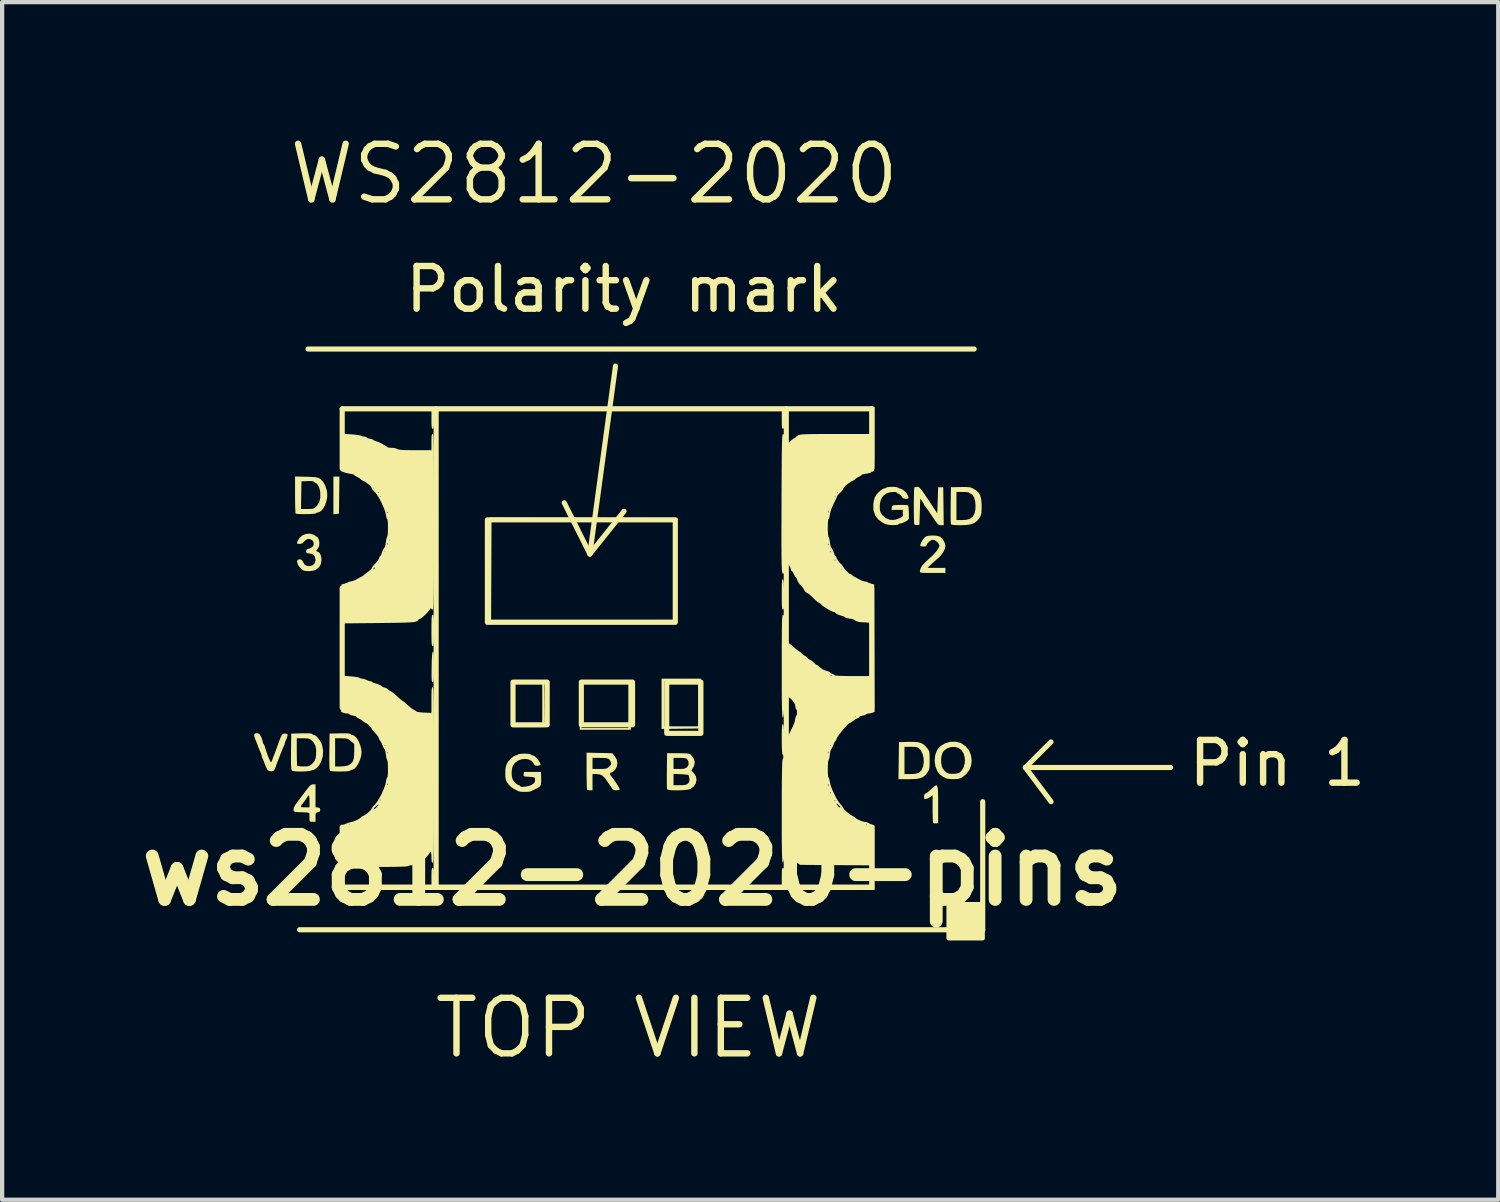
<source format=kicad_pcb>
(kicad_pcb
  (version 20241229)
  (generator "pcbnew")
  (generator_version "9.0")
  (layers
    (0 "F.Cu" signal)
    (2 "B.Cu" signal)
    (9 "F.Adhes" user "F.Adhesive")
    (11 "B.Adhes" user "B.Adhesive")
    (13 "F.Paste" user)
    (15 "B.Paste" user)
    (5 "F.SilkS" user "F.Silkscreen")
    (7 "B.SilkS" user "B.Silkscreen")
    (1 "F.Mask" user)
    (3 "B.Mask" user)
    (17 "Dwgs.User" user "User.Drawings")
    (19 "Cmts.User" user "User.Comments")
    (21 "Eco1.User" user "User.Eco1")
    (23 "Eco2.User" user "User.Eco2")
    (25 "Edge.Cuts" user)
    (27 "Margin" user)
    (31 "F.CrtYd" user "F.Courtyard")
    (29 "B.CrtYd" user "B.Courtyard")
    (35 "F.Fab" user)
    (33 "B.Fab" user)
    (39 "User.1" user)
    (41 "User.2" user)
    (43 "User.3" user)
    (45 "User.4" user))
  (footprint "ws2812-2020-pins"
    (layer "F.Cu")
    (at 11.964 12.124)
    (property "Reference" "ws2812-2020-pins" (at -0.2 5.2 0) (layer "F.SilkS") (effects (font (size 1.524 1.524) (thickness 0.3))))
    (attr through_hole)
    (fp_line (start -8 6.6) (end 8 6.6) (stroke (width 0.12) (type solid)) (layer "F.SilkS"))
    (fp_line (start -7.8 -7) (end 7.8 -7) (stroke (width 0.12) (type solid)) (layer "F.SilkS"))
    (fp_line (start -7 -5.6) (end 5.4 -5.6) (stroke (width 0.12) (type solid)) (layer "F.SilkS"))
    (fp_line (start -7 -4.2) (end -7 -5.6) (stroke (width 0.12) (type solid)) (layer "F.SilkS"))
    (fp_line (start -7 1.4) (end -7 -1.4) (stroke (width 0.12) (type solid)) (layer "F.SilkS"))
    (fp_line (start -7 5.6) (end -7 4.2) (stroke (width 0.12) (type solid)) (layer "F.SilkS"))
    (fp_line (start -4.8 -5.6) (end -4.8 5.6) (stroke (width 0.12) (type solid)) (layer "F.SilkS"))
    (fp_line (start -1.2 -2.2) (end -1.8 -3.4) (stroke (width 0.12) (type solid)) (layer "F.SilkS"))
    (fp_line (start -1.2 -2.2) (end -0.4 -3.2) (stroke (width 0.12) (type solid)) (layer "F.SilkS"))
    (fp_line (start -0.6 -6.6) (end -1.2 -2.2) (stroke (width 0.12) (type solid)) (layer "F.SilkS"))
    (fp_line (start 3.4 5.6) (end 3.4 -5.6) (stroke (width 0.12) (type solid)) (layer "F.SilkS"))
    (fp_line (start 5.4 -5.6) (end 5.4 -4.2) (stroke (width 0.12) (type solid)) (layer "F.SilkS"))
    (fp_line (start 5.4 -1.4) (end 5.4 1.4) (stroke (width 0.12) (type solid)) (layer "F.SilkS"))
    (fp_line (start 5.4 4.2) (end 5.4 5.6) (stroke (width 0.12) (type solid)) (layer "F.SilkS"))
    (fp_line (start 5.4 5.6) (end -7 5.6) (stroke (width 0.12) (type solid)) (layer "F.SilkS"))
    (fp_line (start 8 6.6) (end 8 3.6) (stroke (width 0.12) (type solid)) (layer "F.SilkS"))
    (fp_line (start 9 2.8) (end 9.6 2.2) (stroke (width 0.12) (type solid)) (layer "F.SilkS"))
    (fp_line (start 9 2.8) (end 9.6 3.6) (stroke (width 0.12) (type solid)) (layer "F.SilkS"))
    (fp_line (start 12.4 2.8) (end 9 2.8) (stroke (width 0.12) (type solid)) (layer "F.SilkS"))
    (fp_rect (start -3.6 -3) (end 0.8 -0.6) (stroke (width 0.12) (type solid)) (fill no) (layer "F.SilkS"))
    (fp_rect (start -3 0.8) (end -2.2 1.8) (stroke (width 0.12) (type solid)) (fill no) (layer "F.SilkS"))
    (fp_rect (start -1.4 0.8) (end -0.2 1.8) (stroke (width 0.12) (type solid)) (fill no) (layer "F.SilkS"))
    (fp_rect (start 0.6 0.8) (end 1.4 2) (stroke (width 0.12) (type solid)) (fill no) (layer "F.SilkS"))
    (fp_poly (pts (xy 8 6.8) (xy 7.2 6.8) (xy 7.2 6) (xy 8 6)) (stroke (width 0.1) (type solid)) (fill yes) (layer "F.SilkS"))
    (fp_poly (pts (xy -7.076 -3.144) (xy -7.141 -3.138) (xy -7.206 -3.131) (xy -7.206 -4.012) (xy -7.065 -4.012)) (stroke (width 0) (type solid)) (fill yes) (layer "F.SilkS"))
    (fp_poly (pts (xy -0.24 1.916) (xy -1.437 1.916) (xy -1.437 0.798) (xy -1.397 0.798) (xy -1.397 1.876) (xy -0.299 1.876) (xy -0.299 0.798) (xy -1.397 0.798) (xy -1.437 0.798) (xy -1.437 0.759) (xy -0.24 0.759)) (stroke (width 0) (type solid)) (fill yes) (layer "F.SilkS"))
    (fp_poly (pts (xy -2.266 0.788) (xy -2.26 1.322) (xy -2.255 1.856) (xy -3.014 1.856) (xy -3.014 0.838) (xy -2.954 0.838) (xy -2.954 1.816) (xy -2.315 1.816) (xy -2.315 0.838) (xy -2.954 0.838) (xy -3.014 0.838) (xy -3.014 0.778)) (stroke (width 0) (type solid)) (fill yes) (layer "F.SilkS"))
    (fp_poly (pts (xy 0.848 -3.044) (xy 0.848 -0.609) (xy -1.352 -0.604) (xy -3.553 -0.599) (xy -3.553 -0.659) (xy -3.513 -0.659) (xy 0.798 -0.659) (xy 0.798 -3.014) (xy -1.352 -3.009) (xy -3.503 -3.004) (xy -3.513 -0.659) (xy -3.553 -0.659) (xy -3.553 -3.054)) (stroke (width 0) (type solid)) (fill yes) (layer "F.SilkS"))
    (fp_poly (pts (xy 1.393 1.302) (xy 1.387 1.886) (xy 0.933 1.892) (xy 0.479 1.897) (xy 0.479 0.778) (xy 0.539 0.778) (xy 0.539 1.836) (xy 1.337 1.836) (xy 1.337 0.778) (xy 0.539 0.778) (xy 0.479 0.778) (xy 0.479 0.719) (xy 1.398 0.719)) (stroke (width 0) (type solid)) (fill yes) (layer "F.SilkS"))
    (fp_poly (pts (xy -4.866 0.091) (xy -4.859 0.117) (xy -4.855 0.17) (xy -4.852 0.251) (xy -4.851 0.367) (xy -4.85 0.437) (xy -4.851 0.567) (xy -4.852 0.663) (xy -4.855 0.728) (xy -4.86 0.769) (xy -4.868 0.791) (xy -4.878 0.798) (xy -4.881 0.798) (xy -4.892 0.794) (xy -4.9 0.777) (xy -4.905 0.742) (xy -4.907 0.683) (xy -4.908 0.597) (xy -4.906 0.477) (xy -4.906 0.446) (xy -4.903 0.309) (xy -4.899 0.208) (xy -4.893 0.139) (xy -4.885 0.1) (xy -4.875 0.085)) (stroke (width 0) (type solid)) (fill yes) (layer "F.SilkS"))
    (fp_poly (pts (xy 3.328 -1.597) (xy 3.336 -1.557) (xy 3.342 -1.488) (xy 3.346 -1.387) (xy 3.349 -1.251) (xy 3.35 -1.123) (xy 3.35 -1.03) (xy 3.348 -0.966) (xy 3.344 -0.926) (xy 3.337 -0.905) (xy 3.327 -0.898) (xy 3.324 -0.898) (xy 3.313 -0.903) (xy 3.305 -0.921) (xy 3.299 -0.957) (xy 3.296 -1.016) (xy 3.294 -1.103) (xy 3.294 -1.225) (xy 3.294 -1.259) (xy 3.294 -1.393) (xy 3.296 -1.491) (xy 3.3 -1.557) (xy 3.306 -1.596) (xy 3.314 -1.611) (xy 3.318 -1.612)) (stroke (width 0) (type solid)) (fill yes) (layer "F.SilkS"))
    (fp_poly (pts (xy -4.87 -0.773) (xy -4.862 -0.755) (xy -4.856 -0.718) (xy -4.853 -0.658) (xy -4.851 -0.569) (xy -4.85 -0.447) (xy -4.85 -0.409) (xy -4.851 -0.277) (xy -4.852 -0.18) (xy -4.855 -0.113) (xy -4.86 -0.071) (xy -4.867 -0.048) (xy -4.877 -0.04) (xy -4.88 -0.04) (xy -4.891 -0.045) (xy -4.899 -0.063) (xy -4.904 -0.1) (xy -4.908 -0.16) (xy -4.91 -0.249) (xy -4.91 -0.371) (xy -4.91 -0.409) (xy -4.91 -0.541) (xy -4.908 -0.638) (xy -4.905 -0.705) (xy -4.901 -0.748) (xy -4.893 -0.77) (xy -4.883 -0.778) (xy -4.88 -0.778)) (stroke (width 0) (type solid)) (fill yes) (layer "F.SilkS"))
    (fp_poly (pts (xy 6.929 3.226) (xy 6.943 3.259) (xy 6.951 3.322) (xy 6.955 3.415) (xy 6.956 3.544) (xy 6.956 3.663) (xy 6.956 4.102) (xy 6.906 4.108) (xy 6.862 4.107) (xy 6.841 4.1) (xy 6.836 4.076) (xy 6.832 4.019) (xy 6.829 3.937) (xy 6.827 3.836) (xy 6.827 3.768) (xy 6.827 3.45) (xy 6.769 3.492) (xy 6.718 3.521) (xy 6.67 3.537) (xy 6.637 3.538) (xy 6.628 3.528) (xy 6.628 3.454) (xy 6.643 3.418) (xy 6.656 3.413) (xy 6.683 3.4) (xy 6.729 3.365) (xy 6.783 3.317) (xy 6.788 3.312) (xy 6.839 3.264) (xy 6.878 3.231) (xy 6.908 3.217)) (stroke (width 0) (type solid)) (fill yes) (layer "F.SilkS"))
    (fp_poly (pts (xy 6.49 -3.77) (xy 6.512 -3.759) (xy 6.538 -3.735) (xy 6.571 -3.695) (xy 6.616 -3.632) (xy 6.676 -3.544) (xy 6.731 -3.462) (xy 6.936 -3.151) (xy 6.956 -3.763) (xy 7.076 -3.763) (xy 7.087 -2.874) (xy 7.021 -2.874) (xy 6.993 -2.876) (xy 6.968 -2.886) (xy 6.942 -2.909) (xy 6.908 -2.949) (xy 6.863 -3.014) (xy 6.806 -3.099) (xy 6.75 -3.182) (xy 6.702 -3.252) (xy 6.665 -3.303) (xy 6.644 -3.328) (xy 6.642 -3.33) (xy 6.627 -3.353) (xy 6.627 -3.356) (xy 6.616 -3.383) (xy 6.589 -3.426) (xy 6.582 -3.436) (xy 6.537 -3.497) (xy 6.517 -2.884) (xy 6.464 -2.878) (xy 6.42 -2.881) (xy 6.398 -2.893) (xy 6.394 -2.919) (xy 6.391 -2.977) (xy 6.389 -3.061) (xy 6.387 -3.162) (xy 6.387 -3.274) (xy 6.387 -3.389) (xy 6.388 -3.5) (xy 6.39 -3.599) (xy 6.392 -3.68) (xy 6.395 -3.735) (xy 6.399 -3.755) (xy 6.425 -3.768) (xy 6.467 -3.773)) (stroke (width 0) (type solid)) (fill yes) (layer "F.SilkS"))
    (fp_poly (pts (xy 6.486 2.208) (xy 6.557 2.227) (xy 6.614 2.259) (xy 6.666 2.308) (xy 6.695 2.342) (xy 6.723 2.378) (xy 6.74 2.41) (xy 6.75 2.448) (xy 6.755 2.502) (xy 6.757 2.581) (xy 6.757 2.632) (xy 6.756 2.727) (xy 6.753 2.793) (xy 6.745 2.839) (xy 6.731 2.876) (xy 6.708 2.912) (xy 6.697 2.929) (xy 6.65 2.985) (xy 6.597 3.025) (xy 6.531 3.052) (xy 6.445 3.067) (xy 6.33 3.073) (xy 6.257 3.074) (xy 6.027 3.074) (xy 6.033 2.64) (xy 6.037 2.315) (xy 6.168 2.315) (xy 6.168 2.954) (xy 6.309 2.954) (xy 6.415 2.948) (xy 6.488 2.93) (xy 6.509 2.92) (xy 6.564 2.866) (xy 6.601 2.786) (xy 6.619 2.69) (xy 6.617 2.589) (xy 6.596 2.491) (xy 6.555 2.406) (xy 6.527 2.372) (xy 6.494 2.343) (xy 6.462 2.326) (xy 6.417 2.318) (xy 6.347 2.316) (xy 6.319 2.315) (xy 6.168 2.315) (xy 6.037 2.315) (xy 6.038 2.206) (xy 6.268 2.2) (xy 6.392 2.2)) (stroke (width 0) (type solid)) (fill yes) (layer "F.SilkS"))
    (fp_poly (pts (xy 7.695 -3.762) (xy 7.745 -3.749) (xy 7.836 -3.697) (xy 7.9 -3.64) (xy 7.941 -3.571) (xy 7.965 -3.481) (xy 7.974 -3.364) (xy 7.974 -3.313) (xy 7.973 -3.221) (xy 7.969 -3.158) (xy 7.958 -3.112) (xy 7.94 -3.072) (xy 7.922 -3.044) (xy 7.868 -2.975) (xy 7.804 -2.927) (xy 7.723 -2.896) (xy 7.618 -2.879) (xy 7.483 -2.874) (xy 7.377 -2.876) (xy 7.307 -2.881) (xy 7.267 -2.89) (xy 7.255 -2.9) (xy 7.252 -2.927) (xy 7.25 -2.987) (xy 7.249 -3.075) (xy 7.249 -3.184) (xy 7.25 -3.307) (xy 7.25 -3.344) (xy 7.254 -3.653) (xy 7.385 -3.653) (xy 7.385 -2.994) (xy 7.512 -2.994) (xy 7.603 -3) (xy 7.678 -3.016) (xy 7.702 -3.026) (xy 7.766 -3.074) (xy 7.808 -3.145) (xy 7.829 -3.245) (xy 7.832 -3.323) (xy 7.824 -3.434) (xy 7.8 -3.523) (xy 7.763 -3.583) (xy 7.723 -3.608) (xy 7.692 -3.623) (xy 7.685 -3.635) (xy 7.667 -3.644) (xy 7.618 -3.65) (xy 7.549 -3.653) (xy 7.535 -3.653) (xy 7.385 -3.653) (xy 7.254 -3.653) (xy 7.256 -3.763) (xy 7.475 -3.768) (xy 7.605 -3.769)) (stroke (width 0) (type solid)) (fill yes) (layer "F.SilkS"))
    (fp_poly (pts (xy 6.902 -2.63) (xy 6.977 -2.614) (xy 7.006 -2.602) (xy 7.061 -2.551) (xy 7.104 -2.478) (xy 7.125 -2.401) (xy 7.126 -2.385) (xy 7.111 -2.317) (xy 7.072 -2.238) (xy 7.016 -2.161) (xy 6.97 -2.115) (xy 6.913 -2.066) (xy 6.846 -2.006) (xy 6.802 -1.965) (xy 6.707 -1.876) (xy 7.126 -1.876) (xy 7.126 -1.757) (xy 6.827 -1.757) (xy 6.712 -1.757) (xy 6.631 -1.758) (xy 6.578 -1.761) (xy 6.547 -1.766) (xy 6.533 -1.776) (xy 6.529 -1.789) (xy 6.529 -1.801) (xy 6.544 -1.863) (xy 6.586 -1.933) (xy 6.66 -2.013) (xy 6.74 -2.086) (xy 6.833 -2.171) (xy 6.907 -2.253) (xy 6.959 -2.325) (xy 6.985 -2.383) (xy 6.986 -2.397) (xy 6.97 -2.438) (xy 6.931 -2.484) (xy 6.882 -2.52) (xy 6.837 -2.535) (xy 6.837 -2.535) (xy 6.791 -2.521) (xy 6.742 -2.487) (xy 6.703 -2.445) (xy 6.687 -2.406) (xy 6.673 -2.383) (xy 6.626 -2.375) (xy 6.618 -2.375) (xy 6.569 -2.38) (xy 6.54 -2.391) (xy 6.539 -2.392) (xy 6.54 -2.423) (xy 6.56 -2.472) (xy 6.592 -2.527) (xy 6.629 -2.576) (xy 6.664 -2.608) (xy 6.667 -2.61) (xy 6.731 -2.628) (xy 6.815 -2.634)) (stroke (width 0) (type solid)) (fill yes) (layer "F.SilkS"))
    (fp_poly (pts (xy -6.857 2.002) (xy -6.814 2.009) (xy -6.807 2.015) (xy -6.79 2.033) (xy -6.771 2.036) (xy -6.719 2.054) (xy -6.667 2.104) (xy -6.619 2.178) (xy -6.581 2.267) (xy -6.555 2.363) (xy -6.547 2.445) (xy -6.557 2.532) (xy -6.584 2.623) (xy -6.622 2.709) (xy -6.669 2.782) (xy -6.718 2.833) (xy -6.766 2.854) (xy -6.769 2.854) (xy -6.806 2.864) (xy -6.817 2.874) (xy -6.841 2.883) (xy -6.894 2.889) (xy -6.968 2.892) (xy -7.052 2.894) (xy -7.135 2.893) (xy -7.208 2.889) (xy -7.261 2.884) (xy -7.281 2.878) (xy -7.29 2.863) (xy -7.296 2.828) (xy -7.3 2.768) (xy -7.302 2.681) (xy -7.302 2.561) (xy -7.301 2.434) (xy -7.297 2.116) (xy -7.166 2.116) (xy -7.166 2.775) (xy -7.035 2.775) (xy -6.952 2.77) (xy -6.881 2.757) (xy -6.848 2.746) (xy -6.79 2.706) (xy -6.751 2.655) (xy -6.728 2.584) (xy -6.719 2.485) (xy -6.718 2.427) (xy -6.719 2.249) (xy -6.796 2.183) (xy -6.839 2.148) (xy -6.877 2.128) (xy -6.923 2.119) (xy -6.992 2.116) (xy -7.02 2.116) (xy -7.166 2.116) (xy -7.297 2.116) (xy -7.296 2.006) (xy -7.051 2) (xy -6.936 1.999)) (stroke (width 0) (type solid)) (fill yes) (layer "F.SilkS"))
    (fp_poly (pts (xy 7.473 2.221) (xy 7.504 2.235) (xy 7.605 2.307) (xy 7.679 2.402) (xy 7.725 2.512) (xy 7.742 2.63) (xy 7.73 2.748) (xy 7.686 2.86) (xy 7.61 2.957) (xy 7.602 2.964) (xy 7.547 3.009) (xy 7.494 3.044) (xy 7.473 3.055) (xy 7.413 3.068) (xy 7.333 3.073) (xy 7.247 3.071) (xy 7.172 3.062) (xy 7.126 3.047) (xy 7.049 3.003) (xy 6.997 2.963) (xy 6.957 2.916) (xy 6.937 2.884) (xy 6.891 2.769) (xy 6.874 2.643) (xy 6.878 2.598) (xy 7.026 2.598) (xy 7.027 2.689) (xy 7.041 2.77) (xy 7.061 2.816) (xy 7.113 2.886) (xy 7.163 2.927) (xy 7.223 2.946) (xy 7.306 2.948) (xy 7.33 2.947) (xy 7.4 2.941) (xy 7.446 2.927) (xy 7.484 2.897) (xy 7.504 2.875) (xy 7.556 2.79) (xy 7.582 2.686) (xy 7.581 2.577) (xy 7.554 2.475) (xy 7.505 2.395) (xy 7.433 2.342) (xy 7.346 2.318) (xy 7.252 2.322) (xy 7.164 2.352) (xy 7.091 2.408) (xy 7.064 2.444) (xy 7.039 2.511) (xy 7.026 2.598) (xy 6.878 2.598) (xy 6.886 2.516) (xy 6.928 2.401) (xy 6.949 2.366) (xy 7.025 2.287) (xy 7.126 2.231) (xy 7.241 2.199) (xy 7.36 2.195)) (stroke (width 0) (type solid)) (fill yes) (layer "F.SilkS"))
    (fp_poly (pts (xy -7.84 -4.009) (xy -7.73 -4.005) (xy -7.652 -4.001) (xy -7.597 -3.994) (xy -7.559 -3.983) (xy -7.528 -3.968) (xy -7.51 -3.956) (xy -7.448 -3.891) (xy -7.396 -3.798) (xy -7.361 -3.689) (xy -7.353 -3.645) (xy -7.35 -3.547) (xy -7.367 -3.446) (xy -7.399 -3.351) (xy -7.443 -3.269) (xy -7.494 -3.208) (xy -7.55 -3.177) (xy -7.569 -3.174) (xy -7.605 -3.163) (xy -7.615 -3.154) (xy -7.638 -3.146) (xy -7.692 -3.14) (xy -7.765 -3.136) (xy -7.849 -3.134) (xy -7.934 -3.134) (xy -8.009 -3.136) (xy -8.064 -3.14) (xy -8.091 -3.147) (xy -8.091 -3.147) (xy -8.095 -3.17) (xy -8.098 -3.227) (xy -8.099 -3.254) (xy -7.965 -3.254) (xy -7.816 -3.254) (xy -7.738 -3.255) (xy -7.687 -3.26) (xy -7.652 -3.275) (xy -7.618 -3.302) (xy -7.599 -3.321) (xy -7.541 -3.406) (xy -7.513 -3.516) (xy -7.514 -3.647) (xy -7.518 -3.676) (xy -7.537 -3.749) (xy -7.568 -3.813) (xy -7.604 -3.858) (xy -7.636 -3.872) (xy -7.662 -3.884) (xy -7.665 -3.893) (xy -7.684 -3.904) (xy -7.738 -3.909) (xy -7.81 -3.908) (xy -7.954 -3.902) (xy -7.96 -3.578) (xy -7.965 -3.254) (xy -8.099 -3.254) (xy -8.101 -3.312) (xy -8.103 -3.419) (xy -8.104 -3.541) (xy -8.104 -3.588) (xy -8.104 -4.015)) (stroke (width 0) (type solid)) (fill yes) (layer "F.SilkS"))
    (fp_poly (pts (xy -7.755 2.002) (xy -7.712 2.009) (xy -7.705 2.015) (xy -7.688 2.032) (xy -7.666 2.036) (xy -7.626 2.053) (xy -7.579 2.096) (xy -7.531 2.157) (xy -7.49 2.226) (xy -7.474 2.266) (xy -7.447 2.398) (xy -7.455 2.537) (xy -7.492 2.659) (xy -7.539 2.747) (xy -7.595 2.811) (xy -7.666 2.854) (xy -7.759 2.88) (xy -7.88 2.892) (xy -7.967 2.894) (xy -8.068 2.892) (xy -8.135 2.886) (xy -8.173 2.874) (xy -8.182 2.867) (xy -8.19 2.84) (xy -8.196 2.781) (xy -8.2 2.689) (xy -8.2 2.561) (xy -8.199 2.423) (xy -8.195 2.116) (xy -8.064 2.116) (xy -8.064 2.432) (xy -8.063 2.54) (xy -8.061 2.635) (xy -8.058 2.707) (xy -8.054 2.751) (xy -8.051 2.761) (xy -8.025 2.768) (xy -7.972 2.773) (xy -7.902 2.775) (xy -7.828 2.773) (xy -7.78 2.766) (xy -7.743 2.748) (xy -7.706 2.714) (xy -7.697 2.706) (xy -7.651 2.651) (xy -7.626 2.593) (xy -7.614 2.528) (xy -7.608 2.399) (xy -7.625 2.297) (xy -7.667 2.217) (xy -7.7 2.181) (xy -7.739 2.147) (xy -7.774 2.128) (xy -7.819 2.119) (xy -7.886 2.116) (xy -7.917 2.116) (xy -8.064 2.116) (xy -8.195 2.116) (xy -8.194 2.006) (xy -7.949 2) (xy -7.835 1.999)) (stroke (width 0) (type solid)) (fill yes) (layer "F.SilkS"))
    (fp_poly (pts (xy -7.625 3.73) (xy -7.57 3.736) (xy -7.529 3.749) (xy -7.516 3.781) (xy -7.515 3.793) (xy -7.524 3.831) (xy -7.558 3.847) (xy -7.57 3.849) (xy -7.602 3.855) (xy -7.618 3.872) (xy -7.624 3.909) (xy -7.625 3.964) (xy -7.625 4.072) (xy -7.695 4.072) (xy -7.742 4.069) (xy -7.762 4.051) (xy -7.767 4.008) (xy -7.767 4.007) (xy -7.767 3.946) (xy -7.766 3.898) (xy -7.766 3.877) (xy -7.777 3.864) (xy -7.804 3.856) (xy -7.857 3.852) (xy -7.942 3.848) (xy -7.948 3.848) (xy -8.035 3.845) (xy -8.09 3.841) (xy -8.12 3.833) (xy -8.134 3.819) (xy -8.139 3.797) (xy -8.14 3.789) (xy -8.133 3.738) (xy -8.124 3.722) (xy -7.969 3.722) (xy -7.94 3.731) (xy -7.876 3.733) (xy -7.765 3.733) (xy -7.765 3.593) (xy -7.767 3.521) (xy -7.774 3.472) (xy -7.785 3.453) (xy -7.785 3.453) (xy -7.804 3.466) (xy -7.805 3.47) (xy -7.817 3.496) (xy -7.851 3.546) (xy -7.902 3.614) (xy -7.94 3.663) (xy -7.967 3.701) (xy -7.969 3.722) (xy -8.124 3.722) (xy -8.098 3.674) (xy -8.07 3.635) (xy -8.025 3.575) (xy -7.965 3.496) (xy -7.9 3.41) (xy -7.867 3.365) (xy -7.807 3.287) (xy -7.764 3.236) (xy -7.731 3.208) (xy -7.702 3.196) (xy -7.682 3.194) (xy -7.625 3.194)) (stroke (width 0) (type solid)) (fill yes) (layer "F.SilkS"))
    (fp_poly (pts (xy -0.976 2.459) (xy -0.674 2.465) (xy -0.617 2.534) (xy -0.57 2.618) (xy -0.556 2.708) (xy -0.575 2.796) (xy -0.612 2.855) (xy -0.652 2.893) (xy -0.685 2.913) (xy -0.691 2.914) (xy -0.724 2.927) (xy -0.728 2.96) (xy -0.703 3.001) (xy -0.667 3.045) (xy -0.624 3.105) (xy -0.579 3.171) (xy -0.539 3.233) (xy -0.51 3.283) (xy -0.499 3.311) (xy -0.499 3.311) (xy -0.517 3.326) (xy -0.563 3.333) (xy -0.578 3.333) (xy -0.636 3.328) (xy -0.67 3.306) (xy -0.681 3.289) (xy -0.703 3.251) (xy -0.717 3.234) (xy -0.734 3.212) (xy -0.764 3.169) (xy -0.786 3.134) (xy -0.847 3.047) (xy -0.903 2.993) (xy -0.962 2.964) (xy -1.032 2.954) (xy -1.041 2.954) (xy -1.138 2.954) (xy -1.138 3.333) (xy -1.194 3.333) (xy -1.24 3.329) (xy -1.264 3.32) (xy -1.268 3.297) (xy -1.272 3.24) (xy -1.274 3.155) (xy -1.276 3.049) (xy -1.277 2.926) (xy -1.277 2.88) (xy -1.277 2.834) (xy -1.138 2.834) (xy -0.971 2.834) (xy -0.886 2.833) (xy -0.831 2.828) (xy -0.793 2.816) (xy -0.763 2.796) (xy -0.751 2.785) (xy -0.711 2.741) (xy -0.701 2.703) (xy -0.718 2.656) (xy -0.722 2.648) (xy -0.742 2.615) (xy -0.768 2.594) (xy -0.806 2.582) (xy -0.868 2.577) (xy -0.96 2.575) (xy -0.963 2.575) (xy -1.138 2.575) (xy -1.138 2.834) (xy -1.277 2.834) (xy -1.277 2.452)) (stroke (width 0) (type solid)) (fill yes) (layer "F.SilkS"))
    (fp_poly (pts (xy -7.662 -2.649) (xy -7.576 -2.589) (xy -7.573 -2.586) (xy -7.546 -2.535) (xy -7.534 -2.466) (xy -7.54 -2.394) (xy -7.562 -2.337) (xy -7.57 -2.328) (xy -7.6 -2.288) (xy -7.601 -2.262) (xy -7.582 -2.256) (xy -7.541 -2.237) (xy -7.508 -2.188) (xy -7.489 -2.116) (xy -7.485 -2.066) (xy -7.5 -1.964) (xy -7.545 -1.886) (xy -7.623 -1.827) (xy -7.626 -1.826) (xy -7.684 -1.808) (xy -7.762 -1.799) (xy -7.841 -1.8) (xy -7.902 -1.81) (xy -7.904 -1.811) (xy -7.95 -1.842) (xy -7.998 -1.893) (xy -8.037 -1.951) (xy -8.046 -1.972) (xy -8.058 -2.031) (xy -8.038 -2.066) (xy -7.994 -2.076) (xy -7.953 -2.066) (xy -7.924 -2.029) (xy -7.914 -2.008) (xy -7.881 -1.952) (xy -7.835 -1.924) (xy -7.766 -1.916) (xy -7.695 -1.934) (xy -7.647 -1.981) (xy -7.625 -2.053) (xy -7.625 -2.065) (xy -7.642 -2.14) (xy -7.689 -2.191) (xy -7.762 -2.214) (xy -7.78 -2.215) (xy -7.825 -2.22) (xy -7.842 -2.24) (xy -7.845 -2.266) (xy -7.834 -2.306) (xy -7.814 -2.315) (xy -7.769 -2.327) (xy -7.716 -2.355) (xy -7.68 -2.385) (xy -7.665 -2.435) (xy -7.678 -2.491) (xy -7.701 -2.522) (xy -7.761 -2.553) (xy -7.823 -2.547) (xy -7.879 -2.505) (xy -7.888 -2.495) (xy -7.932 -2.451) (xy -7.984 -2.436) (xy -7.999 -2.435) (xy -8.044 -2.438) (xy -8.058 -2.452) (xy -8.053 -2.48) (xy -8.006 -2.571) (xy -7.935 -2.635) (xy -7.849 -2.67) (xy -7.756 -2.676)) (stroke (width 0) (type solid)) (fill yes) (layer "F.SilkS"))
    (fp_poly (pts (xy 0.983 2.466) (xy 1.063 2.47) (xy 1.116 2.476) (xy 1.148 2.486) (xy 1.16 2.495) (xy 1.227 2.581) (xy 1.255 2.665) (xy 1.245 2.749) (xy 1.217 2.805) (xy 1.177 2.87) (xy 1.237 2.934) (xy 1.285 3.011) (xy 1.298 3.095) (xy 1.278 3.178) (xy 1.226 3.251) (xy 1.154 3.302) (xy 1.109 3.316) (xy 1.038 3.326) (xy 0.953 3.332) (xy 0.861 3.335) (xy 0.771 3.335) (xy 0.693 3.33) (xy 0.636 3.322) (xy 0.609 3.309) (xy 0.608 3.308) (xy 0.605 3.281) (xy 0.603 3.221) (xy 0.603 3.214) (xy 0.759 3.214) (xy 0.908 3.214) (xy 0.99 3.212) (xy 1.043 3.205) (xy 1.078 3.19) (xy 1.1 3.172) (xy 1.129 3.129) (xy 1.133 3.076) (xy 1.131 3.059) (xy 1.12 3.009) (xy 1.108 2.978) (xy 1.107 2.977) (xy 1.083 2.97) (xy 1.028 2.964) (xy 0.955 2.958) (xy 0.927 2.957) (xy 0.759 2.95) (xy 0.759 3.214) (xy 0.603 3.214) (xy 0.602 3.133) (xy 0.602 3.025) (xy 0.603 2.902) (xy 0.603 2.874) (xy 0.607 2.575) (xy 0.759 2.575) (xy 0.759 2.834) (xy 0.894 2.834) (xy 0.975 2.832) (xy 1.027 2.822) (xy 1.063 2.803) (xy 1.074 2.794) (xy 1.112 2.735) (xy 1.111 2.669) (xy 1.087 2.619) (xy 1.066 2.596) (xy 1.037 2.583) (xy 0.989 2.577) (xy 0.913 2.575) (xy 0.907 2.575) (xy 0.759 2.575) (xy 0.607 2.575) (xy 0.609 2.465) (xy 0.87 2.465)) (stroke (width 0) (type solid)) (fill yes) (layer "F.SilkS"))
    (fp_poly (pts (xy -8.961 2.003) (xy -8.93 2.029) (xy -8.903 2.075) (xy -8.878 2.133) (xy -8.864 2.182) (xy -8.863 2.194) (xy -8.855 2.231) (xy -8.845 2.244) (xy -8.827 2.27) (xy -8.816 2.3) (xy -8.799 2.361) (xy -8.774 2.435) (xy -8.746 2.512) (xy -8.718 2.583) (xy -8.693 2.639) (xy -8.675 2.672) (xy -8.671 2.676) (xy -8.653 2.658) (xy -8.637 2.62) (xy -8.618 2.564) (xy -8.602 2.525) (xy -8.586 2.484) (xy -8.562 2.422) (xy -8.545 2.375) (xy -8.5 2.249) (xy -8.466 2.155) (xy -8.44 2.09) (xy -8.419 2.047) (xy -8.402 2.022) (xy -8.384 2.01) (xy -8.363 2.006) (xy -8.342 2.006) (xy -8.296 2.01) (xy -8.279 2.025) (xy -8.28 2.051) (xy -8.294 2.103) (xy -8.315 2.151) (xy -8.335 2.198) (xy -8.343 2.231) (xy -8.353 2.269) (xy -8.363 2.291) (xy -8.379 2.325) (xy -8.405 2.385) (xy -8.434 2.459) (xy -8.441 2.475) (xy -8.477 2.569) (xy -8.503 2.635) (xy -8.521 2.682) (xy -8.535 2.72) (xy -8.549 2.759) (xy -8.561 2.795) (xy -8.585 2.851) (xy -8.61 2.879) (xy -8.648 2.89) (xy -8.654 2.89) (xy -8.718 2.881) (xy -8.746 2.86) (xy -8.769 2.822) (xy -8.797 2.761) (xy -8.814 2.715) (xy -8.837 2.652) (xy -8.857 2.604) (xy -8.867 2.586) (xy -8.881 2.55) (xy -8.883 2.536) (xy -8.892 2.496) (xy -8.908 2.455) (xy -8.93 2.407) (xy -8.957 2.34) (xy -8.97 2.305) (xy -8.997 2.234) (xy -9.024 2.167) (xy -9.034 2.143) (xy -9.06 2.069) (xy -9.059 2.022) (xy -9.03 1.999) (xy -9.003 1.996)) (stroke (width 0) (type solid)) (fill yes) (layer "F.SilkS"))
    (fp_poly (pts (xy 5.946 -3.77) (xy 5.997 -3.762) (xy 6.018 -3.753) (xy 6.047 -3.735) (xy 6.061 -3.733) (xy 6.11 -3.717) (xy 6.165 -3.677) (xy 6.215 -3.624) (xy 6.237 -3.589) (xy 6.261 -3.534) (xy 6.262 -3.506) (xy 6.235 -3.495) (xy 6.197 -3.493) (xy 6.144 -3.5) (xy 6.113 -3.526) (xy 6.104 -3.544) (xy 6.071 -3.586) (xy 6.035 -3.606) (xy 5.999 -3.621) (xy 5.988 -3.635) (xy 5.971 -3.648) (xy 5.927 -3.653) (xy 5.869 -3.65) (xy 5.808 -3.64) (xy 5.759 -3.625) (xy 5.755 -3.623) (xy 5.672 -3.564) (xy 5.618 -3.483) (xy 5.592 -3.377) (xy 5.589 -3.311) (xy 5.592 -3.232) (xy 5.606 -3.178) (xy 5.633 -3.13) (xy 5.639 -3.122) (xy 5.721 -3.045) (xy 5.82 -3.003) (xy 5.896 -2.996) (xy 5.95 -3.004) (xy 6.012 -3.022) (xy 6.071 -3.047) (xy 6.114 -3.073) (xy 6.133 -3.095) (xy 6.133 -3.099) (xy 6.129 -3.128) (xy 6.128 -3.174) (xy 6.128 -3.234) (xy 5.866 -3.234) (xy 5.872 -3.289) (xy 5.876 -3.315) (xy 5.887 -3.331) (xy 5.913 -3.341) (xy 5.961 -3.345) (xy 6.04 -3.349) (xy 6.056 -3.349) (xy 6.138 -3.35) (xy 6.204 -3.347) (xy 6.244 -3.341) (xy 6.252 -3.337) (xy 6.259 -3.311) (xy 6.266 -3.256) (xy 6.27 -3.184) (xy 6.272 -3.107) (xy 6.27 -3.034) (xy 6.269 -3.021) (xy 6.251 -2.998) (xy 6.208 -2.969) (xy 6.154 -2.94) (xy 6.101 -2.92) (xy 6.067 -2.914) (xy 6.035 -2.906) (xy 6.028 -2.894) (xy 6.01 -2.884) (xy 5.96 -2.878) (xy 5.893 -2.876) (xy 5.8 -2.882) (xy 5.726 -2.9) (xy 5.661 -2.93) (xy 5.554 -3.007) (xy 5.481 -3.106) (xy 5.442 -3.224) (xy 5.437 -3.361) (xy 5.45 -3.444) (xy 5.471 -3.523) (xy 5.506 -3.584) (xy 5.56 -3.645) (xy 5.613 -3.692) (xy 5.66 -3.723) (xy 5.687 -3.733) (xy 5.726 -3.742) (xy 5.739 -3.753) (xy 5.764 -3.763) (xy 5.817 -3.77) (xy 5.878 -3.773)) (stroke (width 0) (type solid)) (fill yes) (layer "F.SilkS"))
    (fp_poly (pts (xy -2.664 2.478) (xy -2.61 2.485) (xy -2.585 2.495) (xy -2.585 2.495) (xy -2.556 2.512) (xy -2.538 2.515) (xy -2.501 2.531) (xy -2.455 2.571) (xy -2.409 2.624) (xy -2.373 2.68) (xy -2.356 2.726) (xy -2.355 2.732) (xy -2.373 2.746) (xy -2.416 2.757) (xy -2.422 2.758) (xy -2.471 2.758) (xy -2.499 2.738) (xy -2.513 2.711) (xy -2.56 2.649) (xy -2.63 2.612) (xy -2.712 2.598) (xy -2.8 2.608) (xy -2.884 2.639) (xy -2.956 2.692) (xy -3.002 2.757) (xy -3.024 2.828) (xy -3.033 2.917) (xy -3.028 3.006) (xy -3.009 3.076) (xy -3.007 3.082) (xy -2.969 3.137) (xy -2.922 3.183) (xy -2.877 3.211) (xy -2.861 3.214) (xy -2.837 3.226) (xy -2.834 3.234) (xy -2.817 3.249) (xy -2.773 3.254) (xy -2.712 3.249) (xy -2.647 3.237) (xy -2.588 3.217) (xy -2.581 3.214) (xy -2.521 3.18) (xy -2.491 3.145) (xy -2.483 3.098) (xy -2.484 3.074) (xy -2.489 3.047) (xy -2.504 3.032) (xy -2.539 3.024) (xy -2.602 3.019) (xy -2.623 3.018) (xy -2.694 3.014) (xy -2.733 3.008) (xy -2.75 2.996) (xy -2.752 2.973) (xy -2.751 2.958) (xy -2.745 2.904) (xy -2.345 2.904) (xy -2.341 3.034) (xy -2.34 3.127) (xy -2.345 3.19) (xy -2.362 3.232) (xy -2.393 3.262) (xy -2.443 3.289) (xy -2.45 3.292) (xy -2.511 3.322) (xy -2.562 3.347) (xy -2.58 3.356) (xy -2.622 3.366) (xy -2.688 3.371) (xy -2.762 3.371) (xy -2.829 3.366) (xy -2.872 3.356) (xy -2.874 3.355) (xy -2.91 3.336) (xy -2.964 3.308) (xy -2.984 3.298) (xy -3.045 3.256) (xy -3.103 3.197) (xy -3.122 3.172) (xy -3.153 3.123) (xy -3.171 3.077) (xy -3.179 3.02) (xy -3.181 2.938) (xy -3.181 2.936) (xy -3.178 2.84) (xy -3.166 2.769) (xy -3.142 2.708) (xy -3.139 2.703) (xy -3.098 2.642) (xy -3.043 2.584) (xy -2.986 2.539) (xy -2.937 2.516) (xy -2.927 2.515) (xy -2.892 2.503) (xy -2.884 2.495) (xy -2.86 2.485) (xy -2.806 2.478) (xy -2.736 2.475) (xy -2.735 2.475)) (stroke (width 0) (type solid)) (fill yes) (layer "F.SilkS"))
    (fp_poly (pts (xy 5.469 -4.89) (xy 5.469 -4.697) (xy 5.469 -4.539) (xy 5.468 -4.414) (xy 5.467 -4.317) (xy 5.465 -4.246) (xy 5.461 -4.195) (xy 5.457 -4.163) (xy 5.451 -4.144) (xy 5.444 -4.135) (xy 5.435 -4.132) (xy 5.429 -4.132) (xy 5.397 -4.124) (xy 5.389 -4.114) (xy 5.371 -4.102) (xy 5.325 -4.09) (xy 5.28 -4.083) (xy 5.22 -4.073) (xy 5.18 -4.062) (xy 5.17 -4.056) (xy 5.153 -4.04) (xy 5.112 -4.015) (xy 5.09 -4.004) (xy 5.042 -3.978) (xy 5.013 -3.957) (xy 5.01 -3.951) (xy 4.994 -3.933) (xy 4.975 -3.924) (xy 4.915 -3.895) (xy 4.85 -3.851) (xy 4.792 -3.803) (xy 4.749 -3.756) (xy 4.731 -3.721) (xy 4.731 -3.72) (xy 4.717 -3.694) (xy 4.682 -3.655) (xy 4.661 -3.636) (xy 4.619 -3.595) (xy 4.594 -3.563) (xy 4.591 -3.554) (xy 4.582 -3.528) (xy 4.559 -3.476) (xy 4.525 -3.409) (xy 4.513 -3.384) (xy 4.461 -3.27) (xy 4.428 -3.165) (xy 4.42 -3.124) (xy 4.41 -3.064) (xy 4.398 -3.024) (xy 4.389 -3.014) (xy 4.381 -2.996) (xy 4.376 -2.948) (xy 4.373 -2.88) (xy 4.372 -2.804) (xy 4.373 -2.728) (xy 4.377 -2.663) (xy 4.384 -2.619) (xy 4.389 -2.606) (xy 4.401 -2.582) (xy 4.413 -2.53) (xy 4.421 -2.475) (xy 4.431 -2.412) (xy 4.441 -2.369) (xy 4.448 -2.355) (xy 4.463 -2.339) (xy 4.485 -2.299) (xy 4.508 -2.248) (xy 4.525 -2.202) (xy 4.531 -2.176) (xy 4.545 -2.156) (xy 4.549 -2.156) (xy 4.566 -2.139) (xy 4.58 -2.102) (xy 4.603 -2.055) (xy 4.644 -2.002) (xy 4.662 -1.984) (xy 4.703 -1.943) (xy 4.727 -1.913) (xy 4.731 -1.905) (xy 4.742 -1.884) (xy 4.771 -1.847) (xy 4.809 -1.805) (xy 4.846 -1.766) (xy 4.874 -1.741) (xy 4.884 -1.737) (xy 4.901 -1.733) (xy 4.926 -1.715) (xy 4.967 -1.684) (xy 4.991 -1.67) (xy 5.025 -1.653) (xy 5.078 -1.623) (xy 5.108 -1.607) (xy 5.168 -1.577) (xy 5.221 -1.56) (xy 5.239 -1.557) (xy 5.281 -1.551) (xy 5.298 -1.542) (xy 5.326 -1.527) (xy 5.375 -1.51) (xy 5.386 -1.506) (xy 5.459 -1.486) (xy 5.464 0.006) (xy 5.469 1.498) (xy 5.418 1.517) (xy 5.36 1.533) (xy 5.318 1.537) (xy 5.281 1.543) (xy 5.27 1.554) (xy 5.252 1.568) (xy 5.208 1.581) (xy 5.19 1.585) (xy 5.14 1.596) (xy 5.112 1.61) (xy 5.11 1.615) (xy 5.094 1.635) (xy 5.075 1.644) (xy 5.011 1.675) (xy 4.946 1.722) (xy 4.935 1.732) (xy 4.899 1.754) (xy 4.884 1.758) (xy 4.859 1.774) (xy 4.817 1.815) (xy 4.765 1.872) (xy 4.709 1.938) (xy 4.656 2.005) (xy 4.613 2.065) (xy 4.585 2.11) (xy 4.58 2.123) (xy 4.566 2.162) (xy 4.553 2.176) (xy 4.539 2.193) (xy 4.517 2.236) (xy 4.501 2.276) (xy 4.477 2.331) (xy 4.457 2.367) (xy 4.449 2.375) (xy 4.44 2.393) (xy 4.429 2.44) (xy 4.421 2.495) (xy 4.411 2.561) (xy 4.399 2.608) (xy 4.389 2.626) (xy 4.382 2.649) (xy 4.376 2.7) (xy 4.373 2.77) (xy 4.372 2.847) (xy 4.373 2.922) (xy 4.377 2.985) (xy 4.383 3.025) (xy 4.389 3.034) (xy 4.401 3.052) (xy 4.413 3.098) (xy 4.42 3.139) (xy 4.438 3.214) (xy 4.472 3.309) (xy 4.518 3.412) (xy 4.569 3.513) (xy 4.621 3.598) (xy 4.667 3.659) (xy 4.672 3.664) (xy 4.709 3.704) (xy 4.729 3.734) (xy 4.731 3.739) (xy 4.746 3.769) (xy 4.786 3.812) (xy 4.84 3.859) (xy 4.899 3.903) (xy 4.953 3.936) (xy 4.975 3.945) (xy 5.005 3.962) (xy 5.01 3.971) (xy 5.027 3.989) (xy 5.069 4.014) (xy 5.124 4.04) (xy 5.179 4.061) (xy 5.222 4.072) (xy 5.227 4.072) (xy 5.28 4.081) (xy 5.305 4.091) (xy 5.347 4.111) (xy 5.402 4.135) (xy 5.404 4.135) (xy 5.469 4.162) (xy 5.469 5.669) (xy -7.026 5.669) (xy -7.026 4.913) (xy -7.026 4.718) (xy -7.026 4.56) (xy -7.025 4.435) (xy -7.023 4.338) (xy -7.021 4.265) (xy -7.017 4.214) (xy -7.013 4.18) (xy -7.007 4.16) (xy -6.999 4.149) (xy -6.991 4.145) (xy -6.983 4.142) (xy -6.847 4.142) (xy -6.837 4.152) (xy -6.827 4.142) (xy -6.837 4.132) (xy -6.847 4.142) (xy -6.983 4.142) (xy -6.951 4.131) (xy -6.893 4.109) (xy -6.876 4.103) (xy -6.82 4.084) (xy -6.777 4.073) (xy -6.769 4.072) (xy -6.735 4.064) (xy -6.685 4.043) (xy -6.632 4.017) (xy -6.589 3.991) (xy -6.568 3.973) (xy -6.567 3.971) (xy -6.551 3.954) (xy -6.532 3.945) (xy -6.482 3.921) (xy -6.425 3.882) (xy -6.37 3.836) (xy -6.327 3.794) (xy -6.319 3.78) (xy -6.268 3.78) (xy -6.255 3.78) (xy -6.224 3.757) (xy -6.208 3.743) (xy -6.17 3.703) (xy -6.149 3.674) (xy -6.148 3.669) (xy -6.161 3.67) (xy -6.193 3.693) (xy -6.208 3.706) (xy -6.246 3.744) (xy -6.266 3.774) (xy -6.268 3.78) (xy -6.319 3.78) (xy -6.308 3.761) (xy -6.308 3.758) (xy -6.294 3.735) (xy -6.261 3.696) (xy -6.239 3.674) (xy -6.188 3.612) (xy -6.158 3.563) (xy -6.108 3.563) (xy -6.098 3.573) (xy -6.088 3.563) (xy -6.098 3.553) (xy -6.108 3.563) (xy -6.158 3.563) (xy -6.133 3.523) (xy -6.078 3.419) (xy -6.03 3.311) (xy -5.994 3.212) (xy -5.989 3.194) (xy -5.948 3.194) (xy -5.941 3.21) (xy -5.935 3.207) (xy -5.933 3.183) (xy -5.935 3.18) (xy -5.947 3.183) (xy -5.948 3.194) (xy -5.989 3.194) (xy -5.977 3.139) (xy -5.966 3.08) (xy -5.954 3.042) (xy -5.946 3.034) (xy -5.938 3.016) (xy -5.932 2.968) (xy -5.929 2.9) (xy -5.929 2.824) (xy -5.93 2.748) (xy -5.934 2.683) (xy -5.941 2.639) (xy -5.946 2.626) (xy -5.958 2.602) (xy -5.97 2.55) (xy -5.978 2.495) (xy -5.984 2.455) (xy -5.948 2.455) (xy -5.941 2.472) (xy -5.935 2.468) (xy -5.933 2.445) (xy -5.935 2.442) (xy -5.947 2.445) (xy -5.948 2.455) (xy -5.984 2.455) (xy -5.988 2.432) (xy -5.998 2.389) (xy -6.006 2.375) (xy -6.02 2.358) (xy -6.042 2.315) (xy -6.054 2.286) (xy -6.008 2.286) (xy -5.998 2.295) (xy -5.988 2.286) (xy -5.998 2.276) (xy -6.008 2.286) (xy -6.054 2.286) (xy -6.058 2.276) (xy -6.082 2.22) (xy -6.102 2.184) (xy -6.11 2.176) (xy -6.124 2.159) (xy -6.137 2.122) (xy -6.159 2.078) (xy -6.199 2.022) (xy -6.229 1.99) (xy -6.272 1.944) (xy -6.301 1.909) (xy -6.308 1.895) (xy -6.321 1.871) (xy -6.354 1.834) (xy -6.394 1.794) (xy -6.43 1.765) (xy -6.447 1.757) (xy -6.475 1.744) (xy -6.492 1.732) (xy -6.555 1.683) (xy -6.621 1.648) (xy -6.632 1.644) (xy -6.661 1.626) (xy -6.667 1.615) (xy -6.685 1.601) (xy -6.729 1.588) (xy -6.747 1.585) (xy -6.797 1.573) (xy -6.824 1.559) (xy -6.827 1.554) (xy -6.844 1.541) (xy -6.875 1.537) (xy -6.933 1.53) (xy -6.975 1.517) (xy -7.026 1.498) (xy -7.021 0.006) (xy -7.016 -1.486) (xy -6.943 -1.506) (xy -6.891 -1.524) (xy -6.858 -1.539) (xy -6.855 -1.542) (xy -6.825 -1.554) (xy -6.796 -1.557) (xy -6.754 -1.567) (xy -6.695 -1.591) (xy -6.665 -1.607) (xy -6.608 -1.638) (xy -6.562 -1.663) (xy -6.547 -1.67) (xy -6.515 -1.689) (xy -6.507 -1.695) (xy -6.487 -1.713) (xy -6.444 -1.746) (xy -6.403 -1.777) (xy -6.352 -1.818) (xy -6.318 -1.853) (xy -6.317 -1.855) (xy -6.268 -1.855) (xy -6.261 -1.837) (xy -6.247 -1.853) (xy -6.24 -1.867) (xy -6.239 -1.888) (xy -6.248 -1.886) (xy -6.267 -1.861) (xy -6.268 -1.855) (xy -6.317 -1.855) (xy -6.308 -1.871) (xy -6.295 -1.897) (xy -6.26 -1.94) (xy -6.229 -1.973) (xy -6.182 -2.026) (xy -6.147 -2.079) (xy -6.137 -2.103) (xy -6.121 -2.142) (xy -6.106 -2.156) (xy -6.088 -2.171) (xy -6.088 -2.176) (xy -6.08 -2.208) (xy -6.062 -2.255) (xy -6.057 -2.266) (xy -6.008 -2.266) (xy -5.998 -2.256) (xy -5.988 -2.266) (xy -5.998 -2.276) (xy -6.008 -2.266) (xy -6.057 -2.266) (xy -6.039 -2.305) (xy -6.018 -2.343) (xy -6.005 -2.355) (xy -5.996 -2.373) (xy -5.986 -2.42) (xy -5.984 -2.435) (xy -5.948 -2.435) (xy -5.941 -2.419) (xy -5.935 -2.422) (xy -5.933 -2.446) (xy -5.935 -2.449) (xy -5.947 -2.446) (xy -5.948 -2.435) (xy -5.984 -2.435) (xy -5.978 -2.475) (xy -5.97 -2.525) (xy -5.908 -2.525) (xy -5.898 -2.515) (xy -5.888 -2.525) (xy -5.898 -2.535) (xy -5.908 -2.525) (xy -5.97 -2.525) (xy -5.968 -2.541) (xy -5.956 -2.588) (xy -5.946 -2.606) (xy -5.938 -2.629) (xy -5.933 -2.68) (xy -5.93 -2.75) (xy -5.929 -2.827) (xy -5.93 -2.902) (xy -5.934 -2.965) (xy -5.94 -3.005) (xy -5.946 -3.014) (xy -5.958 -3.032) (xy -5.97 -3.078) (xy -5.977 -3.119) (xy -5.99 -3.174) (xy -5.948 -3.174) (xy -5.941 -3.157) (xy -5.935 -3.16) (xy -5.933 -3.184) (xy -5.935 -3.187) (xy -5.947 -3.184) (xy -5.948 -3.174) (xy -5.99 -3.174) (xy -5.996 -3.2) (xy -6.033 -3.3) (xy -6.082 -3.407) (xy -6.137 -3.511) (xy -6.158 -3.543) (xy -6.108 -3.543) (xy -6.098 -3.533) (xy -6.088 -3.543) (xy -6.098 -3.553) (xy -6.108 -3.543) (xy -6.158 -3.543) (xy -6.193 -3.598) (xy -6.23 -3.643) (xy -6.168 -3.643) (xy -6.158 -3.633) (xy -6.148 -3.643) (xy -6.158 -3.653) (xy -6.168 -3.643) (xy -6.23 -3.643) (xy -6.239 -3.654) (xy -6.279 -3.697) (xy -6.304 -3.729) (xy -6.308 -3.737) (xy -6.31 -3.743) (xy -6.268 -3.743) (xy -6.258 -3.733) (xy -6.248 -3.743) (xy -6.258 -3.753) (xy -6.268 -3.743) (xy -6.31 -3.743) (xy -6.324 -3.772) (xy -6.365 -3.817) (xy -6.423 -3.863) (xy -6.487 -3.903) (xy -6.532 -3.924) (xy -6.562 -3.942) (xy -6.567 -3.951) (xy -6.583 -3.968) (xy -6.625 -3.993) (xy -6.647 -4.004) (xy -6.695 -4.03) (xy -6.723 -4.05) (xy -6.727 -4.055) (xy -6.744 -4.065) (xy -6.79 -4.076) (xy -6.822 -4.081) (xy -6.892 -4.094) (xy -6.955 -4.112) (xy -6.971 -4.118) (xy -7.026 -4.142) (xy -7.026 -5.609) (xy -6.966 -5.609) (xy -6.966 -5.015) (xy -6.767 -5.001) (xy -6.682 -4.993) (xy -6.612 -4.984) (xy -6.567 -4.974) (xy -6.556 -4.969) (xy -6.53 -4.955) (xy -6.486 -4.95) (xy -6.445 -4.944) (xy -6.427 -4.931) (xy -6.41 -4.915) (xy -6.366 -4.901) (xy -6.348 -4.898) (xy -6.298 -4.887) (xy -6.27 -4.873) (xy -6.268 -4.869) (xy -6.25 -4.855) (xy -6.208 -4.841) (xy -6.204 -4.84) (xy -6.141 -4.819) (xy -6.08 -4.788) (xy -6.03 -4.759) (xy -5.99 -4.738) (xy -5.988 -4.737) (xy -5.954 -4.714) (xy -5.945 -4.704) (xy -5.919 -4.692) (xy -5.868 -4.687) (xy -5.847 -4.687) (xy -5.78 -4.682) (xy -5.724 -4.666) (xy -5.716 -4.661) (xy -5.692 -4.65) (xy -5.653 -4.642) (xy -5.595 -4.636) (xy -5.511 -4.633) (xy -5.397 -4.631) (xy -5.29 -4.631) (xy -4.91 -4.631) (xy -4.91 -4.821) (xy -4.909 -4.911) (xy -4.905 -4.968) (xy -4.898 -4.999) (xy -4.885 -5.01) (xy -4.88 -5.01) (xy -4.876 -5.007) (xy -4.871 -4.995) (xy -4.867 -4.973) (xy -4.864 -4.938) (xy -4.861 -4.888) (xy -4.859 -4.821) (xy -4.857 -4.734) (xy -4.855 -4.626) (xy -4.854 -4.495) (xy -4.853 -4.337) (xy -4.852 -4.151) (xy -4.851 -3.935) (xy -4.851 -3.687) (xy -4.851 -3.404) (xy -4.85 -3.084) (xy -4.85 -2.954) (xy -4.851 -2.618) (xy -4.851 -2.319) (xy -4.851 -2.056) (xy -4.852 -1.827) (xy -4.852 -1.629) (xy -4.854 -1.46) (xy -4.855 -1.318) (xy -4.857 -1.201) (xy -4.859 -1.107) (xy -4.861 -1.033) (xy -4.864 -0.978) (xy -4.867 -0.939) (xy -4.871 -0.914) (xy -4.875 -0.901) (xy -4.879 -0.898) (xy -4.91 -0.913) (xy -4.916 -0.923) (xy -4.929 -0.931) (xy -4.941 -0.911) (xy -4.964 -0.876) (xy -5.006 -0.827) (xy -5.058 -0.775) (xy -5.111 -0.727) (xy -5.156 -0.692) (xy -5.183 -0.679) (xy -5.208 -0.67) (xy -5.21 -0.664) (xy -5.226 -0.645) (xy -5.264 -0.621) (xy -5.265 -0.62) (xy -5.286 -0.613) (xy -5.32 -0.606) (xy -5.372 -0.601) (xy -5.444 -0.597) (xy -5.541 -0.593) (xy -5.664 -0.59) (xy -5.819 -0.587) (xy -6.007 -0.585) (xy -6.143 -0.583) (xy -6.966 -0.575) (xy -6.966 0.653) (xy -6.792 0.666) (xy -6.711 0.674) (xy -6.646 0.685) (xy -6.605 0.695) (xy -6.599 0.699) (xy -6.564 0.715) (xy -6.535 0.719) (xy -6.486 0.728) (xy -6.435 0.748) (xy -6.384 0.77) (xy -6.344 0.778) (xy -6.308 0.788) (xy -6.299 0.796) (xy -6.273 0.814) (xy -6.233 0.827) (xy -6.17 0.846) (xy -6.114 0.869) (xy -6.077 0.89) (xy -6.068 0.902) (xy -6.051 0.915) (xy -6.009 0.928) (xy -6.008 0.928) (xy -5.966 0.941) (xy -5.948 0.955) (xy -5.948 0.955) (xy -5.932 0.972) (xy -5.892 0.998) (xy -5.873 1.008) (xy -5.819 1.043) (xy -5.753 1.096) (xy -5.703 1.142) (xy -5.652 1.19) (xy -5.611 1.225) (xy -5.589 1.238) (xy -5.565 1.251) (xy -5.524 1.285) (xy -5.484 1.323) (xy -5.427 1.375) (xy -5.37 1.419) (xy -5.339 1.438) (xy -5.294 1.464) (xy -5.266 1.486) (xy -5.265 1.487) (xy -5.24 1.497) (xy -5.185 1.506) (xy -5.111 1.513) (xy -5.081 1.514) (xy -4.91 1.521) (xy -4.91 1.22) (xy -4.91 1.102) (xy -4.908 1.019) (xy -4.904 0.964) (xy -4.897 0.933) (xy -4.888 0.92) (xy -4.88 0.918) (xy -4.876 0.922) (xy -4.871 0.933) (xy -4.867 0.956) (xy -4.864 0.991) (xy -4.861 1.041) (xy -4.859 1.108) (xy -4.857 1.194) (xy -4.855 1.302) (xy -4.854 1.434) (xy -4.853 1.591) (xy -4.852 1.777) (xy -4.851 1.993) (xy -4.851 2.241) (xy -4.851 2.525) (xy -4.85 2.845) (xy -4.85 2.974) (xy -4.851 3.309) (xy -4.851 3.605) (xy -4.851 3.866) (xy -4.852 4.094) (xy -4.852 4.291) (xy -4.853 4.459) (xy -4.854 4.6) (xy -4.856 4.716) (xy -4.858 4.811) (xy -4.86 4.885) (xy -4.863 4.941) (xy -4.866 4.981) (xy -4.87 5.008) (xy -4.874 5.023) (xy -4.879 5.03) (xy -4.88 5.03) (xy -4.897 5.021) (xy -4.907 4.99) (xy -4.91 4.93) (xy -4.91 4.9) (xy -4.913 4.833) (xy -4.921 4.786) (xy -4.93 4.771) (xy -4.949 4.786) (xy -4.95 4.795) (xy -4.964 4.821) (xy -4.999 4.865) (xy -5.047 4.916) (xy -5.098 4.967) (xy -5.144 5.007) (xy -5.177 5.029) (xy -5.182 5.03) (xy -5.21 5.046) (xy -5.214 5.053) (xy -5.237 5.067) (xy -5.289 5.079) (xy -5.346 5.086) (xy -5.41 5.093) (xy -5.455 5.103) (xy -5.469 5.112) (xy -5.488 5.116) (xy -5.544 5.12) (xy -5.63 5.123) (xy -5.744 5.126) (xy -5.881 5.128) (xy -6.037 5.129) (xy -6.208 5.13) (xy -6.966 5.13) (xy -6.966 5.629) (xy -4.91 5.629) (xy -4.91 5.389) (xy -4.91 5.286) (xy -4.907 5.217) (xy -4.901 5.175) (xy -4.892 5.155) (xy -4.88 5.15) (xy -4.867 5.156) (xy -4.859 5.178) (xy -4.854 5.222) (xy -4.851 5.295) (xy -4.85 5.389) (xy -4.85 5.629) (xy 3.294 5.629) (xy 3.294 5.389) (xy 3.294 5.286) (xy 3.297 5.217) (xy 3.303 5.175) (xy 3.312 5.155) (xy 3.323 5.15) (xy 3.336 5.156) (xy 3.345 5.178) (xy 3.35 5.222) (xy 3.353 5.295) (xy 3.353 5.389) (xy 3.353 5.629) (xy 5.409 5.629) (xy 5.409 5.092) (xy 4.566 5.086) (xy 3.723 5.08) (xy 3.643 5.02) (xy 3.595 4.984) (xy 3.561 4.957) (xy 3.553 4.95) (xy 3.531 4.933) (xy 3.49 4.906) (xy 3.487 4.904) (xy 3.44 4.863) (xy 3.409 4.819) (xy 3.386 4.78) (xy 3.369 4.777) (xy 3.357 4.813) (xy 3.35 4.887) (xy 3.349 4.894) (xy 3.342 4.969) (xy 3.329 5.015) (xy 3.318 5.025) (xy 3.313 5.019) (xy 3.309 4.997) (xy 3.305 4.955) (xy 3.302 4.891) (xy 3.299 4.803) (xy 3.297 4.689) (xy 3.295 4.545) (xy 3.294 4.369) (xy 3.294 4.159) (xy 3.294 4.142) (xy 5.27 4.142) (xy 5.28 4.152) (xy 5.29 4.142) (xy 5.28 4.132) (xy 5.27 4.142) (xy 3.294 4.142) (xy 3.294 3.913) (xy 3.294 3.824) (xy 3.294 3.643) (xy 4.574 3.643) (xy 4.58 3.662) (xy 4.606 3.697) (xy 4.611 3.703) (xy 4.645 3.733) (xy 4.666 3.743) (xy 4.668 3.742) (xy 4.662 3.723) (xy 4.636 3.688) (xy 4.631 3.683) (xy 4.597 3.652) (xy 4.576 3.642) (xy 4.574 3.643) (xy 3.294 3.643) (xy 3.294 3.573) (xy 4.531 3.573) (xy 4.538 3.589) (xy 4.544 3.586) (xy 4.547 3.563) (xy 4.544 3.56) (xy 4.533 3.562) (xy 4.531 3.573) (xy 3.294 3.573) (xy 3.294 3.542) (xy 3.294 3.393) (xy 4.431 3.393) (xy 4.439 3.41) (xy 4.445 3.407) (xy 4.447 3.383) (xy 4.445 3.38) (xy 4.433 3.383) (xy 4.431 3.393) (xy 3.294 3.393) (xy 3.295 3.296) (xy 3.295 3.214) (xy 4.375 3.214) (xy 4.378 3.242) (xy 4.385 3.239) (xy 4.387 3.198) (xy 4.385 3.189) (xy 4.377 3.186) (xy 4.375 3.214) (xy 3.295 3.214) (xy 3.296 3.087) (xy 3.299 2.915) (xy 3.302 2.782) (xy 3.305 2.687) (xy 3.309 2.631) (xy 3.313 2.615) (xy 3.327 2.598) (xy 3.333 2.556) (xy 3.333 2.555) (xy 3.328 2.513) (xy 3.314 2.495) (xy 3.313 2.495) (xy 3.306 2.476) (xy 3.303 2.444) (xy 4.373 2.444) (xy 4.377 2.469) (xy 4.383 2.47) (xy 4.388 2.443) (xy 4.385 2.431) (xy 4.376 2.424) (xy 4.373 2.444) (xy 3.303 2.444) (xy 3.3 2.419) (xy 3.296 2.328) (xy 3.295 2.286) (xy 4.431 2.286) (xy 4.441 2.295) (xy 4.451 2.286) (xy 4.441 2.276) (xy 4.431 2.286) (xy 3.295 2.286) (xy 3.294 2.204) (xy 3.294 2.134) (xy 3.294 2.001) (xy 3.296 1.903) (xy 3.3 1.836) (xy 3.306 1.798) (xy 3.314 1.782) (xy 3.318 1.781) (xy 3.33 1.8) (xy 3.339 1.849) (xy 3.346 1.931) (xy 3.349 2.033) (xy 3.353 2.139) (xy 3.359 2.215) (xy 3.367 2.258) (xy 3.374 2.265) (xy 3.389 2.238) (xy 3.393 2.206) (xy 3.402 2.169) (xy 3.426 2.106) (xy 3.46 2.028) (xy 3.488 1.97) (xy 3.534 1.879) (xy 3.564 1.815) (xy 3.584 1.769) (xy 3.596 1.733) (xy 3.603 1.696) (xy 3.608 1.662) (xy 3.619 1.614) (xy 3.623 1.607) (xy 5.01 1.607) (xy 5.02 1.617) (xy 5.03 1.607) (xy 5.02 1.597) (xy 5.01 1.607) (xy 3.623 1.607) (xy 3.634 1.586) (xy 3.635 1.586) (xy 3.647 1.561) (xy 3.652 1.518) (xy 3.65 1.472) (xy 3.64 1.442) (xy 3.633 1.437) (xy 3.619 1.42) (xy 3.613 1.379) (xy 3.605 1.327) (xy 3.588 1.293) (xy 3.557 1.252) (xy 3.541 1.227) (xy 3.507 1.189) (xy 3.455 1.151) (xy 3.402 1.125) (xy 3.379 1.119) (xy 3.368 1.131) (xy 3.359 1.171) (xy 3.353 1.243) (xy 3.349 1.351) (xy 3.349 1.371) (xy 3.345 1.487) (xy 3.339 1.567) (xy 3.33 1.614) (xy 3.318 1.632) (xy 3.313 1.626) (xy 3.309 1.604) (xy 3.305 1.562) (xy 3.302 1.498) (xy 3.299 1.41) (xy 3.297 1.295) (xy 3.295 1.151) (xy 3.294 0.976) (xy 3.294 0.766) (xy 3.294 0.645) (xy 4.438 0.645) (xy 4.441 0.657) (xy 4.451 0.659) (xy 4.468 0.651) (xy 4.465 0.645) (xy 4.441 0.643) (xy 4.438 0.645) (xy 3.294 0.645) (xy 3.294 0.52) (xy 3.294 0.431) (xy 3.294 0.179) (xy 3.294 -0.037) (xy 3.295 -0.218) (xy 3.296 -0.367) (xy 3.297 -0.488) (xy 3.299 -0.584) (xy 3.301 -0.657) (xy 3.305 -0.709) (xy 3.309 -0.745) (xy 3.313 -0.766) (xy 3.319 -0.777) (xy 3.323 -0.778) (xy 3.335 -0.773) (xy 3.344 -0.753) (xy 3.349 -0.712) (xy 3.352 -0.645) (xy 3.353 -0.546) (xy 3.353 -0.491) (xy 3.354 -0.362) (xy 3.357 -0.269) (xy 3.362 -0.205) (xy 3.371 -0.166) (xy 3.383 -0.146) (xy 3.4 -0.14) (xy 3.401 -0.14) (xy 3.431 -0.13) (xy 3.478 -0.099) (xy 3.546 -0.045) (xy 3.603 0.005) (xy 3.652 0.046) (xy 3.689 0.073) (xy 3.703 0.08) (xy 3.725 0.093) (xy 3.76 0.126) (xy 3.764 0.13) (xy 3.8 0.164) (xy 3.826 0.179) (xy 3.828 0.18) (xy 3.852 0.193) (xy 3.888 0.225) (xy 3.892 0.23) (xy 3.93 0.264) (xy 3.959 0.28) (xy 3.961 0.28) (xy 3.987 0.294) (xy 4.027 0.327) (xy 4.04 0.34) (xy 4.081 0.377) (xy 4.111 0.398) (xy 4.116 0.399) (xy 4.141 0.412) (xy 4.176 0.444) (xy 4.178 0.446) (xy 4.252 0.503) (xy 4.321 0.531) (xy 4.378 0.546) (xy 4.419 0.565) (xy 4.431 0.579) (xy 4.448 0.595) (xy 4.481 0.607) (xy 4.519 0.623) (xy 4.531 0.639) (xy 4.551 0.646) (xy 4.607 0.651) (xy 4.698 0.655) (xy 4.821 0.658) (xy 4.97 0.659) (xy 5.409 0.659) (xy 5.409 -0.574) (xy 5.364 -0.586) (xy 5.32 -0.593) (xy 5.253 -0.597) (xy 5.204 -0.599) (xy 5.106 -0.607) (xy 5.03 -0.631) (xy 4.99 -0.661) (xy 4.966 -0.671) (xy 4.916 -0.682) (xy 4.875 -0.688) (xy 4.817 -0.699) (xy 4.779 -0.711) (xy 4.771 -0.718) (xy 4.754 -0.734) (xy 4.716 -0.747) (xy 4.65 -0.767) (xy 4.594 -0.79) (xy 4.558 -0.812) (xy 4.551 -0.823) (xy 4.535 -0.838) (xy 4.529 -0.838) (xy 4.487 -0.849) (xy 4.426 -0.878) (xy 4.355 -0.918) (xy 4.287 -0.962) (xy 4.23 -1.004) (xy 4.198 -1.038) (xy 4.195 -1.043) (xy 4.172 -1.057) (xy 4.164 -1.058) (xy 4.14 -1.071) (xy 4.096 -1.107) (xy 4.043 -1.157) (xy 4.032 -1.168) (xy 3.979 -1.22) (xy 3.936 -1.259) (xy 3.91 -1.277) (xy 3.908 -1.277) (xy 3.878 -1.291) (xy 3.842 -1.322) (xy 3.817 -1.356) (xy 3.812 -1.369) (xy 3.799 -1.395) (xy 3.766 -1.436) (xy 3.744 -1.459) (xy 3.699 -1.51) (xy 3.668 -1.56) (xy 3.662 -1.576) (xy 3.648 -1.618) (xy 3.636 -1.637) (xy 3.61 -1.667) (xy 3.581 -1.716) (xy 3.56 -1.762) (xy 3.542 -1.791) (xy 3.531 -1.796) (xy 3.514 -1.812) (xy 3.513 -1.822) (xy 3.507 -1.846) (xy 4.691 -1.846) (xy 4.701 -1.836) (xy 4.711 -1.846) (xy 4.701 -1.856) (xy 4.691 -1.846) (xy 3.507 -1.846) (xy 3.503 -1.862) (xy 3.477 -1.917) (xy 3.442 -1.974) (xy 3.405 -2.023) (xy 3.375 -2.052) (xy 3.365 -2.056) (xy 4.531 -2.056) (xy 4.538 -2.04) (xy 4.544 -2.043) (xy 4.547 -2.066) (xy 4.544 -2.069) (xy 4.533 -2.067) (xy 4.531 -2.056) (xy 3.365 -2.056) (xy 3.36 -2.038) (xy 3.356 -1.989) (xy 3.354 -1.919) (xy 3.353 -1.896) (xy 3.352 -1.814) (xy 3.346 -1.764) (xy 3.336 -1.741) (xy 3.325 -1.737) (xy 3.317 -1.739) (xy 3.311 -1.747) (xy 3.306 -1.764) (xy 3.301 -1.792) (xy 3.297 -1.833) (xy 3.294 -1.89) (xy 3.291 -1.965) (xy 3.289 -2.06) (xy 3.288 -2.106) (xy 3.373 -2.106) (xy 3.383 -2.096) (xy 3.393 -2.106) (xy 3.383 -2.116) (xy 3.373 -2.106) (xy 3.288 -2.106) (xy 3.288 -2.177) (xy 3.287 -2.256) (xy 4.431 -2.256) (xy 4.439 -2.239) (xy 4.445 -2.242) (xy 4.447 -2.266) (xy 4.445 -2.269) (xy 4.433 -2.266) (xy 4.431 -2.256) (xy 3.287 -2.256) (xy 3.287 -2.32) (xy 3.286 -2.427) (xy 4.373 -2.427) (xy 4.377 -2.401) (xy 4.383 -2.401) (xy 4.388 -2.427) (xy 4.385 -2.439) (xy 4.376 -2.447) (xy 4.373 -2.427) (xy 3.286 -2.427) (xy 3.286 -2.49) (xy 3.286 -2.69) (xy 3.287 -2.922) (xy 3.287 -3.189) (xy 3.288 -3.194) (xy 4.375 -3.194) (xy 4.378 -3.165) (xy 4.385 -3.169) (xy 4.387 -3.21) (xy 4.385 -3.219) (xy 4.377 -3.221) (xy 4.375 -3.194) (xy 3.288 -3.194) (xy 3.289 -3.492) (xy 3.289 -3.543) (xy 4.531 -3.543) (xy 4.541 -3.533) (xy 4.551 -3.543) (xy 4.541 -3.553) (xy 4.531 -3.543) (xy 3.289 -3.543) (xy 3.289 -3.588) (xy 3.289 -3.643) (xy 4.591 -3.643) (xy 4.601 -3.633) (xy 4.611 -3.643) (xy 4.601 -3.653) (xy 4.591 -3.643) (xy 3.289 -3.643) (xy 3.29 -3.863) (xy 3.291 -4.102) (xy 3.293 -4.305) (xy 3.294 -4.477) (xy 3.296 -4.619) (xy 3.298 -4.734) (xy 3.3 -4.825) (xy 3.303 -4.894) (xy 3.306 -4.945) (xy 3.31 -4.979) (xy 3.315 -4.999) (xy 3.32 -5.009) (xy 3.324 -5.01) (xy 3.339 -5.002) (xy 3.348 -4.974) (xy 3.353 -4.919) (xy 3.353 -4.85) (xy 3.356 -4.771) (xy 3.362 -4.716) (xy 3.372 -4.691) (xy 3.373 -4.691) (xy 3.392 -4.706) (xy 3.393 -4.715) (xy 3.407 -4.743) (xy 3.442 -4.787) (xy 3.488 -4.835) (xy 3.535 -4.878) (xy 3.573 -4.905) (xy 3.587 -4.91) (xy 3.611 -4.92) (xy 3.613 -4.926) (xy 3.628 -4.946) (xy 3.666 -4.973) (xy 3.671 -4.976) (xy 3.688 -4.984) (xy 3.711 -4.991) (xy 3.744 -4.997) (xy 3.791 -5.001) (xy 3.854 -5.005) (xy 3.938 -5.007) (xy 4.048 -5.009) (xy 4.185 -5.01) (xy 4.355 -5.01) (xy 4.561 -5.01) (xy 5.409 -5.01) (xy 5.409 -5.609) (xy 3.353 -5.609) (xy 3.353 -5.369) (xy 3.353 -5.266) (xy 3.35 -5.197) (xy 3.344 -5.155) (xy 3.335 -5.135) (xy 3.323 -5.13) (xy 3.311 -5.136) (xy 3.302 -5.158) (xy 3.297 -5.202) (xy 3.294 -5.275) (xy 3.294 -5.369) (xy 3.294 -5.609) (xy -4.85 -5.609) (xy -4.85 -5.369) (xy -4.851 -5.266) (xy -4.854 -5.197) (xy -4.859 -5.155) (xy -4.869 -5.135) (xy -4.88 -5.13) (xy -4.893 -5.136) (xy -4.902 -5.158) (xy -4.907 -5.202) (xy -4.91 -5.275) (xy -4.91 -5.369) (xy -4.91 -5.609) (xy -6.966 -5.609) (xy -7.026 -5.609) (xy -7.026 -5.649) (xy 5.469 -5.649)) (stroke (width 0) (type solid)) (fill yes) (layer "F.SilkS"))
    (fp_text user "WS2812-2020" (at -1.1 -11.1 0) (unlocked yes) (layer "F.SilkS") (effects (font (size 1.3 1.3) (thickness 0.15))))
    (fp_text user "TOP VIEW" (at -0.3 8.9 0) (unlocked yes) (layer "F.SilkS") (effects (font (size 1.3 1.3) (thickness 0.15))))
    (fp_text user "Pin 1" (at 14.9 2.7 0) (unlocked yes) (layer "F.SilkS") (effects (font (size 1 1) (thickness 0.15))))
    (fp_text user "Polarity mark" (at -0.4 -8.4 0) (unlocked yes) (layer "F.SilkS") (effects (font (size 1 1) (thickness 0.15)))))
  (gr_rect
    (start -3 -3)
    (end 32.037 25.047)
    (stroke (width 0.1) (type default))
    (fill no)
    (layer "Edge.Cuts")))
</source>
